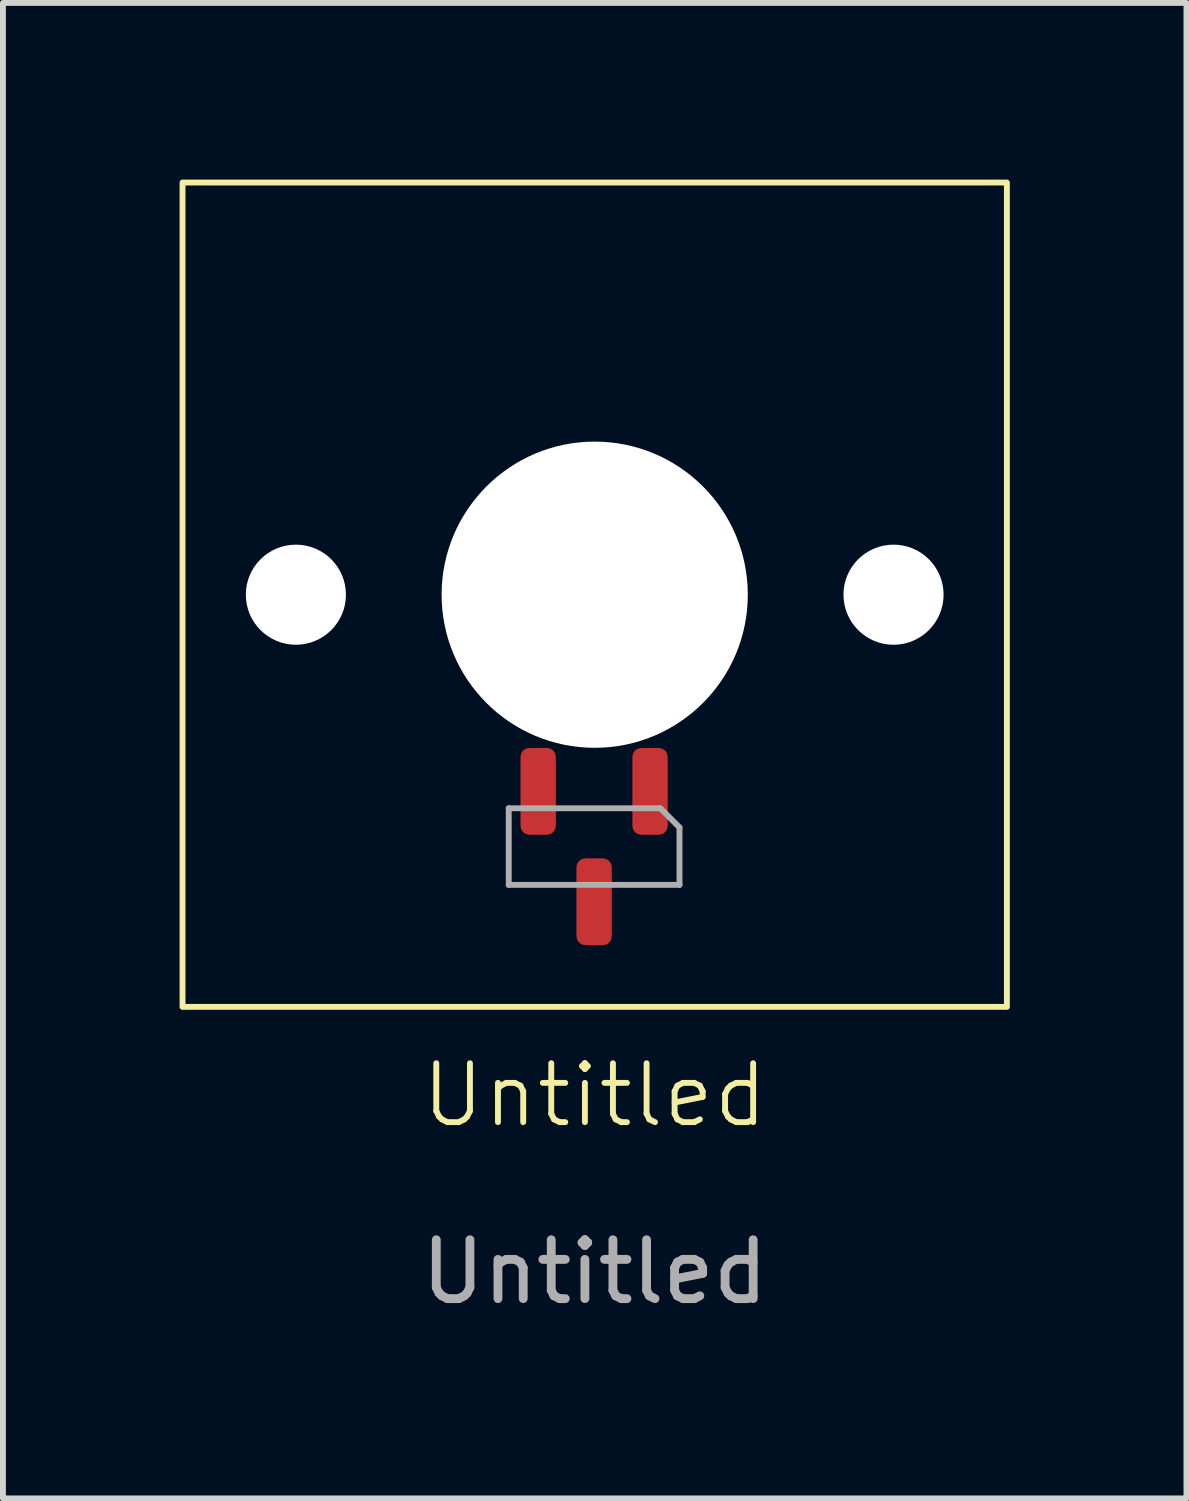
<source format=kicad_pcb>
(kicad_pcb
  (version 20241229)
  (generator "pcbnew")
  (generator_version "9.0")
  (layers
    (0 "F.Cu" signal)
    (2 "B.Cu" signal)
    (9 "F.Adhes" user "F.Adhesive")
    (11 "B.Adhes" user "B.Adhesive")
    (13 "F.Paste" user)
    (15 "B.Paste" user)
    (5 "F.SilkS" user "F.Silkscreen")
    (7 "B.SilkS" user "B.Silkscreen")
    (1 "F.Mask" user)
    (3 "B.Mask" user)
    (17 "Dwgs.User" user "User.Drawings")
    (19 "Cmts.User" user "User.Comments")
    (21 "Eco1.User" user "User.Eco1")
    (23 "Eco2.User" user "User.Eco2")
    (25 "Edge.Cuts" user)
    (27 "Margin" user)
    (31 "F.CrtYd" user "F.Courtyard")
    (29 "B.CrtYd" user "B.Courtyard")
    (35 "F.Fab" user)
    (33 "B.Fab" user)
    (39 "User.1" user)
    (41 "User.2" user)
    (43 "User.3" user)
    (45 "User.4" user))
  (footprint "Untitled"
    (layer "F.Cu")
    (at 7.05 7.05)
    (property "Reference" "Untitled" (at 0 8.5 0) (unlocked yes) (layer "F.SilkS") (effects (font (size 1 1) (thickness 0.1))))
    (attr smd)
    (fp_rect (start -7 -7) (end 7 7) (stroke (width 0.1) (type solid)) (fill no) (layer "F.SilkS"))
    (fp_line (start -1.46 3.627) (end 1.115 3.627) (stroke (width 0.1) (type solid)) (layer "F.Fab"))
    (fp_line (start -1.46 4.928) (end -1.46 3.627) (stroke (width 0.1) (type solid)) (layer "F.Fab"))
    (fp_line (start 1.115 3.627) (end 1.44 3.953) (stroke (width 0.1) (type solid)) (layer "F.Fab"))
    (fp_line (start 1.44 3.953) (end 1.44 4.928) (stroke (width 0.1) (type solid)) (layer "F.Fab"))
    (fp_line (start 1.44 4.928) (end -1.46 4.928) (stroke (width 0.1) (type solid)) (layer "F.Fab"))
    (fp_text user "${REFERENCE}" (at 0 11.5 0) (unlocked yes) (layer "F.Fab") (effects (font (size 1 1) (thickness 0.15))))
    (pad "" np_thru_hole circle (at -5.075 0) (size 1.7 1.7) (drill 1.7) (layers "*.Cu"))
    (pad "" np_thru_hole circle (at 0 0) (size 5.2 5.2) (drill 5.2) (layers "*.Cu"))
    (pad "" np_thru_hole circle (at 5.075 0) (size 1.7 1.7) (drill 1.7) (layers "*.Cu"))
    (pad "1" smd roundrect (at 0.94 3.34 270) (size 1.475 0.6) (layers "F.Cu" "F.Mask" "F.Paste") (roundrect_rratio 0.25))
    (pad "2" smd roundrect (at -0.96 3.34 270) (size 1.475 0.6) (layers "F.Cu" "F.Mask" "F.Paste") (roundrect_rratio 0.25))
    (pad "3" smd roundrect (at -0.01 5.215 270) (size 1.475 0.6) (layers "F.Cu" "F.Mask" "F.Paste") (roundrect_rratio 0.25)))
  (gr_rect
    (start -3 -3)
    (end 17.1 22.398)
    (stroke (width 0.1) (type default))
    (fill no)
    (layer "Edge.Cuts")))
</source>
